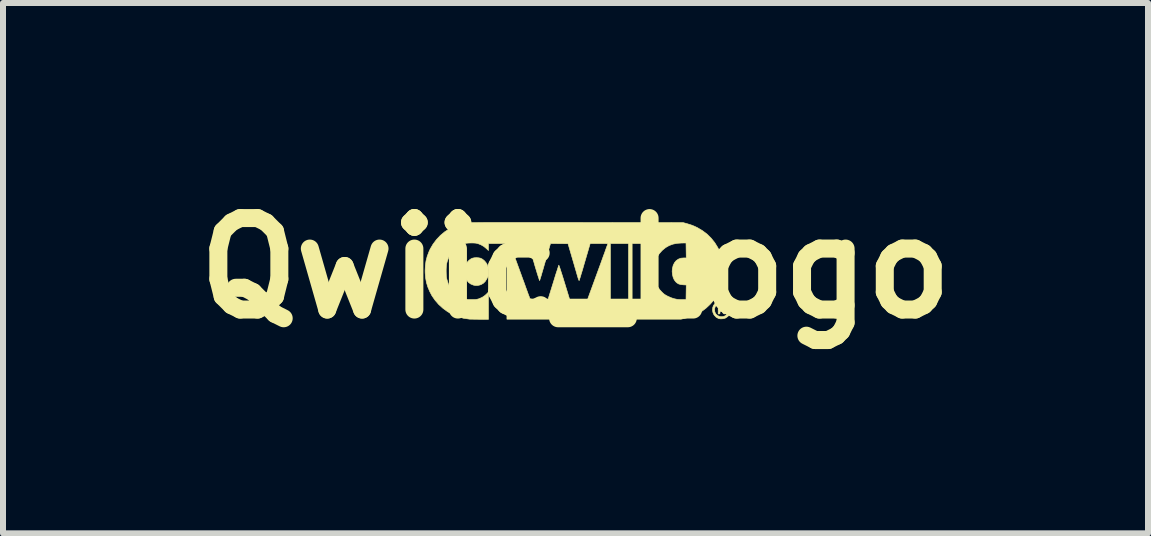
<source format=kicad_pcb>
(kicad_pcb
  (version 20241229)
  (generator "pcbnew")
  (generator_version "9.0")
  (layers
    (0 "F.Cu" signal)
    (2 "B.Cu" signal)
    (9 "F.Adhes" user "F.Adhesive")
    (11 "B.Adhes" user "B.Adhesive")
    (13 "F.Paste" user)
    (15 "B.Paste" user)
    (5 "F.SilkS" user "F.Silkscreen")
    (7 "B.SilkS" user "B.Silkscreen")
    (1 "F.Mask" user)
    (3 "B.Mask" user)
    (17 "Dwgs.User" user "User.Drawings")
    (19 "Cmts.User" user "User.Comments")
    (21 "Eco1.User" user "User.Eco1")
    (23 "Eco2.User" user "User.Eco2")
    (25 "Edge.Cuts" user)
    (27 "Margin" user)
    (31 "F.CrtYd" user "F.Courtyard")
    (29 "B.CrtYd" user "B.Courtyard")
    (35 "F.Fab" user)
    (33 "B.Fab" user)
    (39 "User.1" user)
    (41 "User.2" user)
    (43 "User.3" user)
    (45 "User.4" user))
  (footprint "Qwiic_Logo"
    (layer "F.Cu")
    (at 6.539 1.418)
    (property "Reference" "Qwiic_Logo" (at 0 0 0) (layer "F.SilkS") (effects (font (size 1.524 1.524) (thickness 0.3))))
    (attr through_hole)
    (fp_poly (pts (xy -1.611 -0.172) (xy -1.582 -0.166) (xy -1.551 -0.15) (xy -1.52 -0.125) (xy -1.493 -0.094) (xy -1.472 -0.06) (xy -1.472 -0.059) (xy -1.465 -0.042) (xy -1.46 -0.028) (xy -1.457 -0.013) (xy -1.455 0.007) (xy -1.455 0.033) (xy -1.454 0.055) (xy -1.454 0.132) (xy -1.479 0.179) (xy -1.504 0.22) (xy -1.534 0.25) (xy -1.571 0.272) (xy -1.596 0.281) (xy -1.63 0.288) (xy -1.661 0.289) (xy -1.694 0.284) (xy -1.704 0.281) (xy -1.748 0.263) (xy -1.784 0.236) (xy -1.813 0.199) (xy -1.836 0.153) (xy -1.839 0.145) (xy -1.845 0.124) (xy -1.849 0.105) (xy -1.85 0.084) (xy -1.85 0.056) (xy -1.849 0.041) (xy -1.848 0.011) (xy -1.845 -0.012) (xy -1.841 -0.03) (xy -1.835 -0.047) (xy -1.827 -0.063) (xy -1.805 -0.099) (xy -1.776 -0.13) (xy -1.744 -0.154) (xy -1.719 -0.166) (xy -1.687 -0.173) (xy -1.649 -0.175) (xy -1.611 -0.172)) (stroke (width 0.01) (type solid)) (fill yes) (layer "F.SilkS"))
    (fp_poly (pts (xy 2.408 0.611) (xy 2.441 0.613) (xy 2.467 0.619) (xy 2.485 0.628) (xy 2.492 0.635) (xy 2.497 0.655) (xy 2.496 0.677) (xy 2.489 0.697) (xy 2.485 0.702) (xy 2.477 0.711) (xy 2.477 0.718) (xy 2.483 0.729) (xy 2.484 0.73) (xy 2.496 0.748) (xy 2.5 0.757) (xy 2.498 0.761) (xy 2.488 0.762) (xy 2.484 0.762) (xy 2.469 0.76) (xy 2.46 0.753) (xy 2.454 0.741) (xy 2.445 0.726) (xy 2.434 0.72) (xy 2.425 0.72) (xy 2.413 0.721) (xy 2.408 0.727) (xy 2.407 0.741) (xy 2.406 0.755) (xy 2.401 0.761) (xy 2.392 0.762) (xy 2.377 0.762) (xy 2.377 0.69) (xy 2.406 0.69) (xy 2.432 0.688) (xy 2.452 0.684) (xy 2.464 0.676) (xy 2.467 0.662) (xy 2.46 0.651) (xy 2.445 0.645) (xy 2.434 0.644) (xy 2.418 0.645) (xy 2.411 0.649) (xy 2.409 0.661) (xy 2.408 0.667) (xy 2.406 0.69) (xy 2.377 0.69) (xy 2.377 0.611) (xy 2.408 0.611)) (stroke (width 0.01) (type solid)) (fill yes) (layer "F.SilkS"))
    (fp_poly (pts (xy 2.465 0.542) (xy 2.504 0.555) (xy 2.537 0.578) (xy 2.564 0.611) (xy 2.568 0.618) (xy 2.578 0.639) (xy 2.583 0.657) (xy 2.585 0.68) (xy 2.585 0.692) (xy 2.58 0.736) (xy 2.563 0.774) (xy 2.537 0.805) (xy 2.501 0.83) (xy 2.474 0.839) (xy 2.441 0.844) (xy 2.408 0.844) (xy 2.381 0.838) (xy 2.344 0.818) (xy 2.315 0.788) (xy 2.301 0.767) (xy 2.287 0.732) (xy 2.284 0.705) (xy 2.316 0.705) (xy 2.324 0.736) (xy 2.341 0.766) (xy 2.345 0.77) (xy 2.374 0.793) (xy 2.408 0.806) (xy 2.443 0.809) (xy 2.477 0.801) (xy 2.478 0.801) (xy 2.509 0.782) (xy 2.532 0.757) (xy 2.547 0.727) (xy 2.553 0.694) (xy 2.549 0.661) (xy 2.535 0.63) (xy 2.523 0.615) (xy 2.498 0.595) (xy 2.468 0.581) (xy 2.438 0.575) (xy 2.435 0.575) (xy 2.401 0.58) (xy 2.37 0.594) (xy 2.346 0.616) (xy 2.328 0.642) (xy 2.318 0.673) (xy 2.316 0.705) (xy 2.284 0.705) (xy 2.282 0.694) (xy 2.286 0.656) (xy 2.297 0.625) (xy 2.322 0.588) (xy 2.354 0.561) (xy 2.393 0.545) (xy 2.423 0.539) (xy 2.465 0.542)) (stroke (width 0.01) (type solid)) (fill yes) (layer "F.SilkS"))
    (fp_poly (pts (xy -0.872 -0.761) (xy -0.751 -0.761) (xy -0.62 -0.761) (xy -0.478 -0.761) (xy -0.326 -0.761) (xy -0.162 -0.761) (xy 0.009 -0.761) (xy 1.793 -0.759) (xy 1.842 -0.746) (xy 1.892 -0.731) (xy 1.935 -0.717) (xy 1.975 -0.701) (xy 2.016 -0.682) (xy 2.032 -0.674) (xy 2.116 -0.624) (xy 2.193 -0.566) (xy 2.261 -0.498) (xy 2.321 -0.423) (xy 2.372 -0.34) (xy 2.414 -0.25) (xy 2.446 -0.153) (xy 2.45 -0.137) (xy 2.457 -0.098) (xy 2.463 -0.051) (xy 2.466 0.001) (xy 2.467 0.055) (xy 2.465 0.107) (xy 2.462 0.154) (xy 2.459 0.176) (xy 2.437 0.272) (xy 2.404 0.362) (xy 2.361 0.447) (xy 2.307 0.528) (xy 2.243 0.601) (xy 2.174 0.666) (xy 2.101 0.721) (xy 2.023 0.766) (xy 1.939 0.802) (xy 1.846 0.83) (xy 1.818 0.836) (xy 1.757 0.85) (xy -1.143 0.85) (xy -1.143 -0.408) (xy -1.094 -0.408) (xy -0.931 0.039) (xy -0.905 0.11) (xy -0.881 0.177) (xy -0.857 0.241) (xy -0.836 0.3) (xy -0.817 0.353) (xy -0.8 0.399) (xy -0.786 0.438) (xy -0.774 0.468) (xy -0.767 0.489) (xy -0.763 0.499) (xy -0.762 0.5) (xy -0.76 0.505) (xy -0.757 0.508) (xy -0.751 0.51) (xy -0.742 0.512) (xy -0.727 0.513) (xy -0.706 0.514) (xy -0.676 0.514) (xy -0.636 0.514) (xy -0.606 0.514) (xy -0.456 0.514) (xy -0.369 0.234) (xy -0.352 0.179) (xy -0.336 0.126) (xy -0.321 0.079) (xy -0.307 0.037) (xy -0.296 0.002) (xy -0.287 -0.025) (xy -0.281 -0.043) (xy -0.279 -0.05) (xy -0.278 -0.05) (xy -0.276 -0.045) (xy -0.27 -0.03) (xy -0.262 -0.006) (xy -0.251 0.027) (xy -0.238 0.068) (xy -0.223 0.114) (xy -0.207 0.165) (xy -0.19 0.221) (xy -0.187 0.23) (xy -0.1 0.514) (xy 0.051 0.514) (xy 0.203 0.514) (xy 0.369 0.06) (xy 0.395 -0.011) (xy 0.42 -0.079) (xy 0.443 -0.143) (xy 0.464 -0.202) (xy 0.484 -0.255) (xy 0.5 -0.301) (xy 0.514 -0.34) (xy 0.525 -0.37) (xy 0.533 -0.391) (xy 0.537 -0.402) (xy 0.537 -0.403) (xy 0.536 -0.406) (xy 0.53 -0.408) (xy 0.518 -0.409) (xy 0.499 -0.41) (xy 0.471 -0.411) (xy 0.434 -0.411) (xy 0.392 -0.411) (xy 0.581 -0.411) (xy 0.581 0.514) (xy 0.883 0.514) (xy 0.883 -0.411) (xy 0.943 -0.411) (xy 0.943 0.514) (xy 1.246 0.514) (xy 1.246 0.031) (xy 1.308 0.031) (xy 1.309 0.109) (xy 1.318 0.18) (xy 1.337 0.245) (xy 1.365 0.303) (xy 1.402 0.358) (xy 1.438 0.397) (xy 1.462 0.42) (xy 1.484 0.438) (xy 1.509 0.453) (xy 1.541 0.47) (xy 1.544 0.471) (xy 1.597 0.494) (xy 1.647 0.51) (xy 1.697 0.52) (xy 1.752 0.524) (xy 1.784 0.524) (xy 1.841 0.523) (xy 1.843 0.401) (xy 1.845 0.28) (xy 1.791 0.277) (xy 1.75 0.272) (xy 1.716 0.262) (xy 1.688 0.244) (xy 1.668 0.226) (xy 1.644 0.193) (xy 1.626 0.152) (xy 1.615 0.106) (xy 1.61 0.057) (xy 1.613 0.009) (xy 1.614 0.006) (xy 1.627 -0.047) (xy 1.649 -0.091) (xy 1.677 -0.125) (xy 1.713 -0.15) (xy 1.754 -0.166) (xy 1.8 -0.17) (xy 1.845 -0.17) (xy 1.843 -0.295) (xy 1.841 -0.42) (xy 1.766 -0.419) (xy 1.69 -0.414) (xy 1.622 -0.4) (xy 1.56 -0.377) (xy 1.504 -0.345) (xy 1.452 -0.303) (xy 1.439 -0.291) (xy 1.396 -0.242) (xy 1.362 -0.191) (xy 1.337 -0.137) (xy 1.32 -0.076) (xy 1.31 -0.008) (xy 1.308 0.031) (xy 1.246 0.031) (xy 1.246 -0.411) (xy 0.943 -0.411) (xy 0.883 -0.411) (xy 0.581 -0.411) (xy 0.392 -0.411) (xy 0.244 -0.411) (xy 0.154 -0.104) (xy 0.137 -0.046) (xy 0.121 0.01) (xy 0.106 0.06) (xy 0.092 0.105) (xy 0.081 0.143) (xy 0.071 0.173) (xy 0.065 0.195) (xy 0.061 0.206) (xy 0.06 0.207) (xy 0.057 0.204) (xy 0.052 0.191) (xy 0.044 0.17) (xy 0.036 0.144) (xy 0.036 0.144) (xy 0.03 0.123) (xy 0.021 0.092) (xy 0.01 0.053) (xy -0.004 0.007) (xy -0.018 -0.043) (xy -0.034 -0.097) (xy -0.05 -0.152) (xy -0.054 -0.166) (xy -0.125 -0.408) (xy -0.417 -0.411) (xy -0.426 -0.38) (xy -0.43 -0.367) (xy -0.436 -0.345) (xy -0.446 -0.313) (xy -0.457 -0.274) (xy -0.47 -0.228) (xy -0.485 -0.178) (xy -0.5 -0.123) (xy -0.515 -0.073) (xy -0.531 -0.017) (xy -0.546 0.035) (xy -0.56 0.082) (xy -0.572 0.124) (xy -0.583 0.158) (xy -0.591 0.184) (xy -0.596 0.201) (xy -0.598 0.207) (xy -0.601 0.202) (xy -0.606 0.187) (xy -0.614 0.162) (xy -0.625 0.129) (xy -0.638 0.088) (xy -0.652 0.041) (xy -0.668 -0.011) (xy -0.685 -0.068) (xy -0.692 -0.094) (xy -0.71 -0.152) (xy -0.726 -0.207) (xy -0.741 -0.258) (xy -0.754 -0.303) (xy -0.766 -0.341) (xy -0.775 -0.371) (xy -0.782 -0.392) (xy -0.786 -0.404) (xy -0.786 -0.405) (xy -0.794 -0.407) (xy -0.813 -0.409) (xy -0.845 -0.41) (xy -0.888 -0.41) (xy -0.942 -0.41) (xy -1.094 -0.408) (xy -1.143 -0.408) (xy -1.143 -0.411) (xy -1.451 -0.411) (xy -1.451 -0.294) (xy -1.483 -0.325) (xy -1.528 -0.362) (xy -1.577 -0.39) (xy -1.618 -0.406) (xy -1.64 -0.413) (xy -1.662 -0.417) (xy -1.687 -0.419) (xy -1.719 -0.42) (xy -1.733 -0.42) (xy -1.778 -0.419) (xy -1.815 -0.416) (xy -1.849 -0.409) (xy -1.883 -0.397) (xy -1.921 -0.38) (xy -1.927 -0.377) (xy -1.985 -0.344) (xy -2.034 -0.3) (xy -2.076 -0.248) (xy -2.11 -0.187) (xy -2.136 -0.118) (xy -2.145 -0.084) (xy -2.15 -0.055) (xy -2.153 -0.02) (xy -2.155 0.023) (xy -2.155 0.051) (xy -2.154 0.09) (xy -2.153 0.12) (xy -2.151 0.145) (xy -2.147 0.169) (xy -2.141 0.194) (xy -2.139 0.201) (xy -2.118 0.266) (xy -2.091 0.322) (xy -2.056 0.372) (xy -2.023 0.408) (xy -1.984 0.444) (xy -1.944 0.472) (xy -1.901 0.493) (xy -1.857 0.509) (xy -1.835 0.515) (xy -1.814 0.519) (xy -1.792 0.522) (xy -1.763 0.523) (xy -1.73 0.523) (xy -1.694 0.523) (xy -1.667 0.522) (xy -1.646 0.519) (xy -1.628 0.515) (xy -1.609 0.51) (xy -1.608 0.509) (xy -1.555 0.486) (xy -1.508 0.454) (xy -1.481 0.429) (xy -1.451 0.398) (xy -1.451 0.853) (xy -1.601 0.852) (xy -1.644 0.851) (xy -1.684 0.851) (xy -1.719 0.85) (xy -1.748 0.85) (xy -1.768 0.849) (xy -1.775 0.848) (xy -1.869 0.834) (xy -1.96 0.808) (xy -2.047 0.772) (xy -2.13 0.726) (xy -2.206 0.671) (xy -2.277 0.607) (xy -2.339 0.536) (xy -2.393 0.458) (xy -2.428 0.391) (xy -2.461 0.314) (xy -2.484 0.239) (xy -2.498 0.163) (xy -2.505 0.082) (xy -2.506 0.042) (xy -2.502 -0.043) (xy -2.491 -0.122) (xy -2.471 -0.198) (xy -2.442 -0.274) (xy -2.422 -0.318) (xy -2.374 -0.4) (xy -2.317 -0.476) (xy -2.252 -0.545) (xy -2.179 -0.606) (xy -2.099 -0.658) (xy -2.014 -0.7) (xy -1.925 -0.732) (xy -1.835 -0.753) (xy -1.829 -0.754) (xy -1.821 -0.754) (xy -1.811 -0.755) (xy -1.799 -0.756) (xy -1.785 -0.757) (xy -1.768 -0.757) (xy -1.747 -0.758) (xy -1.723 -0.759) (xy -1.694 -0.759) (xy -1.661 -0.759) (xy -1.623 -0.76) (xy -1.579 -0.76) (xy -1.53 -0.761) (xy -1.474 -0.761) (xy -1.411 -0.761) (xy -1.342 -0.761) (xy -1.264 -0.761) (xy -1.179 -0.761) (xy -1.086 -0.761) (xy -0.983 -0.761) (xy -0.872 -0.761)) (stroke (width 0.01) (type solid)) (fill yes) (layer "F.SilkS")))
  (gr_rect
    (start -3 -3)
    (end 16.077 5.836)
    (stroke (width 0.1) (type default))
    (fill no)
    (layer "Edge.Cuts")))
</source>
